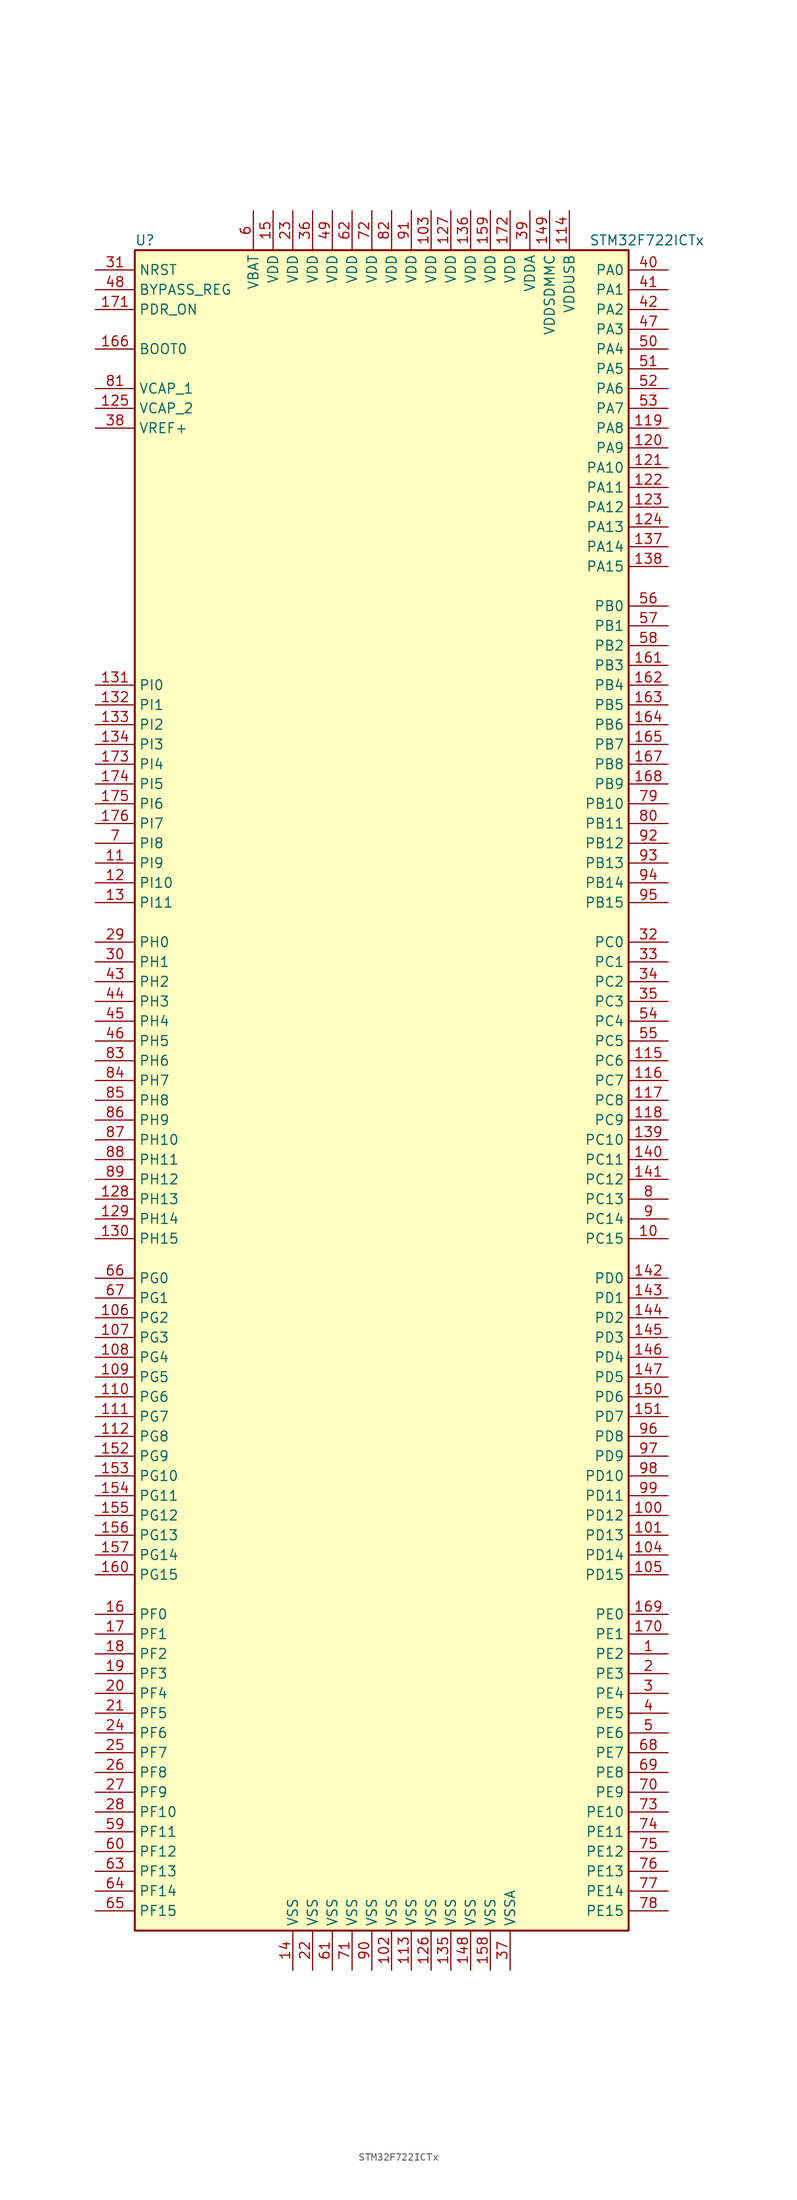
<source format=kicad_sym>
(kicad_symbol_lib
  (version 20211014)
  (generator kicad_symbol_editor)
  (symbol "STM32F722ICTx"
    (property "Reference" "U"
      (at -33.02 107.95 0)
      (effects (font (size 1.27 1.27)) (justify left)))
    (property "Value" "STM32F722ICTx"
      (at 25.4 107.95 0)
      (effects (font (size 1.27 1.27)) (justify left)))
    (symbol "STM32F722ICTx_0_1"
      (rectangle (start -33.02 -109.22) (end 30.48 106.68) (stroke (width 0.254) (type default) (color 0 0 0 0)) (fill (type background))))
    (symbol "STM32F722ICTx_1_1"
      (pin bidirectional line (at 35.56 -73.66 180) (length 5.08) (name "PE2" (effects (font (size 1.27 1.27)))) (number "1" (effects (font (size 1.27 1.27)))))
      (pin bidirectional line (at 35.56 -20.32 180) (length 5.08) (name "PC15" (effects (font (size 1.27 1.27)))) (number "10" (effects (font (size 1.27 1.27)))))
      (pin bidirectional line (at 35.56 -55.88 180) (length 5.08) (name "PD12" (effects (font (size 1.27 1.27)))) (number "100" (effects (font (size 1.27 1.27)))))
      (pin bidirectional line (at 35.56 -58.42 180) (length 5.08) (name "PD13" (effects (font (size 1.27 1.27)))) (number "101" (effects (font (size 1.27 1.27)))))
      (pin power_in line (at 0 -114.3 90) (length 5.08) (name "VSS" (effects (font (size 1.27 1.27)))) (number "102" (effects (font (size 1.27 1.27)))))
      (pin power_in line (at 5.08 111.76 270) (length 5.08) (name "VDD" (effects (font (size 1.27 1.27)))) (number "103" (effects (font (size 1.27 1.27)))))
      (pin bidirectional line (at 35.56 -60.96 180) (length 5.08) (name "PD14" (effects (font (size 1.27 1.27)))) (number "104" (effects (font (size 1.27 1.27)))))
      (pin bidirectional line (at 35.56 -63.5 180) (length 5.08) (name "PD15" (effects (font (size 1.27 1.27)))) (number "105" (effects (font (size 1.27 1.27)))))
      (pin bidirectional line (at -38.1 -30.48 0) (length 5.08) (name "PG2" (effects (font (size 1.27 1.27)))) (number "106" (effects (font (size 1.27 1.27)))))
      (pin bidirectional line (at -38.1 -33.02 0) (length 5.08) (name "PG3" (effects (font (size 1.27 1.27)))) (number "107" (effects (font (size 1.27 1.27)))))
      (pin bidirectional line (at -38.1 -35.56 0) (length 5.08) (name "PG4" (effects (font (size 1.27 1.27)))) (number "108" (effects (font (size 1.27 1.27)))))
      (pin bidirectional line (at -38.1 -38.1 0) (length 5.08) (name "PG5" (effects (font (size 1.27 1.27)))) (number "109" (effects (font (size 1.27 1.27)))))
      (pin bidirectional line (at -38.1 27.94 0) (length 5.08) (name "PI9" (effects (font (size 1.27 1.27)))) (number "11" (effects (font (size 1.27 1.27)))))
      (pin bidirectional line (at -38.1 -40.64 0) (length 5.08) (name "PG6" (effects (font (size 1.27 1.27)))) (number "110" (effects (font (size 1.27 1.27)))))
      (pin bidirectional line (at -38.1 -43.18 0) (length 5.08) (name "PG7" (effects (font (size 1.27 1.27)))) (number "111" (effects (font (size 1.27 1.27)))))
      (pin bidirectional line (at -38.1 -45.72 0) (length 5.08) (name "PG8" (effects (font (size 1.27 1.27)))) (number "112" (effects (font (size 1.27 1.27)))))
      (pin power_in line (at 2.54 -114.3 90) (length 5.08) (name "VSS" (effects (font (size 1.27 1.27)))) (number "113" (effects (font (size 1.27 1.27)))))
      (pin power_in line (at 22.86 111.76 270) (length 5.08) (name "VDDUSB" (effects (font (size 1.27 1.27)))) (number "114" (effects (font (size 1.27 1.27)))))
      (pin bidirectional line (at 35.56 2.54 180) (length 5.08) (name "PC6" (effects (font (size 1.27 1.27)))) (number "115" (effects (font (size 1.27 1.27)))))
      (pin bidirectional line (at 35.56 0 180) (length 5.08) (name "PC7" (effects (font (size 1.27 1.27)))) (number "116" (effects (font (size 1.27 1.27)))))
      (pin bidirectional line (at 35.56 -2.54 180) (length 5.08) (name "PC8" (effects (font (size 1.27 1.27)))) (number "117" (effects (font (size 1.27 1.27)))))
      (pin bidirectional line (at 35.56 -5.08 180) (length 5.08) (name "PC9" (effects (font (size 1.27 1.27)))) (number "118" (effects (font (size 1.27 1.27)))))
      (pin bidirectional line (at 35.56 83.82 180) (length 5.08) (name "PA8" (effects (font (size 1.27 1.27)))) (number "119" (effects (font (size 1.27 1.27)))))
      (pin bidirectional line (at -38.1 25.4 0) (length 5.08) (name "PI10" (effects (font (size 1.27 1.27)))) (number "12" (effects (font (size 1.27 1.27)))))
      (pin bidirectional line (at 35.56 81.28 180) (length 5.08) (name "PA9" (effects (font (size 1.27 1.27)))) (number "120" (effects (font (size 1.27 1.27)))))
      (pin bidirectional line (at 35.56 78.74 180) (length 5.08) (name "PA10" (effects (font (size 1.27 1.27)))) (number "121" (effects (font (size 1.27 1.27)))))
      (pin bidirectional line (at 35.56 76.2 180) (length 5.08) (name "PA11" (effects (font (size 1.27 1.27)))) (number "122" (effects (font (size 1.27 1.27)))))
      (pin bidirectional line (at 35.56 73.66 180) (length 5.08) (name "PA12" (effects (font (size 1.27 1.27)))) (number "123" (effects (font (size 1.27 1.27)))))
      (pin bidirectional line (at 35.56 71.12 180) (length 5.08) (name "PA13" (effects (font (size 1.27 1.27)))) (number "124" (effects (font (size 1.27 1.27)))))
      (pin power_in line (at -38.1 86.36 0) (length 5.08) (name "VCAP_2" (effects (font (size 1.27 1.27)))) (number "125" (effects (font (size 1.27 1.27)))))
      (pin power_in line (at 5.08 -114.3 90) (length 5.08) (name "VSS" (effects (font (size 1.27 1.27)))) (number "126" (effects (font (size 1.27 1.27)))))
      (pin power_in line (at 7.62 111.76 270) (length 5.08) (name "VDD" (effects (font (size 1.27 1.27)))) (number "127" (effects (font (size 1.27 1.27)))))
      (pin bidirectional line (at -38.1 -15.24 0) (length 5.08) (name "PH13" (effects (font (size 1.27 1.27)))) (number "128" (effects (font (size 1.27 1.27)))))
      (pin bidirectional line (at -38.1 -17.78 0) (length 5.08) (name "PH14" (effects (font (size 1.27 1.27)))) (number "129" (effects (font (size 1.27 1.27)))))
      (pin bidirectional line (at -38.1 22.86 0) (length 5.08) (name "PI11" (effects (font (size 1.27 1.27)))) (number "13" (effects (font (size 1.27 1.27)))))
      (pin bidirectional line (at -38.1 -20.32 0) (length 5.08) (name "PH15" (effects (font (size 1.27 1.27)))) (number "130" (effects (font (size 1.27 1.27)))))
      (pin bidirectional line (at -38.1 50.8 0) (length 5.08) (name "PI0" (effects (font (size 1.27 1.27)))) (number "131" (effects (font (size 1.27 1.27)))))
      (pin bidirectional line (at -38.1 48.26 0) (length 5.08) (name "PI1" (effects (font (size 1.27 1.27)))) (number "132" (effects (font (size 1.27 1.27)))))
      (pin bidirectional line (at -38.1 45.72 0) (length 5.08) (name "PI2" (effects (font (size 1.27 1.27)))) (number "133" (effects (font (size 1.27 1.27)))))
      (pin bidirectional line (at -38.1 43.18 0) (length 5.08) (name "PI3" (effects (font (size 1.27 1.27)))) (number "134" (effects (font (size 1.27 1.27)))))
      (pin power_in line (at 7.62 -114.3 90) (length 5.08) (name "VSS" (effects (font (size 1.27 1.27)))) (number "135" (effects (font (size 1.27 1.27)))))
      (pin power_in line (at 10.16 111.76 270) (length 5.08) (name "VDD" (effects (font (size 1.27 1.27)))) (number "136" (effects (font (size 1.27 1.27)))))
      (pin bidirectional line (at 35.56 68.58 180) (length 5.08) (name "PA14" (effects (font (size 1.27 1.27)))) (number "137" (effects (font (size 1.27 1.27)))))
      (pin bidirectional line (at 35.56 66.04 180) (length 5.08) (name "PA15" (effects (font (size 1.27 1.27)))) (number "138" (effects (font (size 1.27 1.27)))))
      (pin bidirectional line (at 35.56 -7.62 180) (length 5.08) (name "PC10" (effects (font (size 1.27 1.27)))) (number "139" (effects (font (size 1.27 1.27)))))
      (pin power_in line (at -12.7 -114.3 90) (length 5.08) (name "VSS" (effects (font (size 1.27 1.27)))) (number "14" (effects (font (size 1.27 1.27)))))
      (pin bidirectional line (at 35.56 -10.16 180) (length 5.08) (name "PC11" (effects (font (size 1.27 1.27)))) (number "140" (effects (font (size 1.27 1.27)))))
      (pin bidirectional line (at 35.56 -12.7 180) (length 5.08) (name "PC12" (effects (font (size 1.27 1.27)))) (number "141" (effects (font (size 1.27 1.27)))))
      (pin bidirectional line (at 35.56 -25.4 180) (length 5.08) (name "PD0" (effects (font (size 1.27 1.27)))) (number "142" (effects (font (size 1.27 1.27)))))
      (pin bidirectional line (at 35.56 -27.94 180) (length 5.08) (name "PD1" (effects (font (size 1.27 1.27)))) (number "143" (effects (font (size 1.27 1.27)))))
      (pin bidirectional line (at 35.56 -30.48 180) (length 5.08) (name "PD2" (effects (font (size 1.27 1.27)))) (number "144" (effects (font (size 1.27 1.27)))))
      (pin bidirectional line (at 35.56 -33.02 180) (length 5.08) (name "PD3" (effects (font (size 1.27 1.27)))) (number "145" (effects (font (size 1.27 1.27)))))
      (pin bidirectional line (at 35.56 -35.56 180) (length 5.08) (name "PD4" (effects (font (size 1.27 1.27)))) (number "146" (effects (font (size 1.27 1.27)))))
      (pin bidirectional line (at 35.56 -38.1 180) (length 5.08) (name "PD5" (effects (font (size 1.27 1.27)))) (number "147" (effects (font (size 1.27 1.27)))))
      (pin power_in line (at 10.16 -114.3 90) (length 5.08) (name "VSS" (effects (font (size 1.27 1.27)))) (number "148" (effects (font (size 1.27 1.27)))))
      (pin power_in line (at 20.32 111.76 270) (length 5.08) (name "VDDSDMMC" (effects (font (size 1.27 1.27)))) (number "149" (effects (font (size 1.27 1.27)))))
      (pin power_in line (at -15.24 111.76 270) (length 5.08) (name "VDD" (effects (font (size 1.27 1.27)))) (number "15" (effects (font (size 1.27 1.27)))))
      (pin bidirectional line (at 35.56 -40.64 180) (length 5.08) (name "PD6" (effects (font (size 1.27 1.27)))) (number "150" (effects (font (size 1.27 1.27)))))
      (pin bidirectional line (at 35.56 -43.18 180) (length 5.08) (name "PD7" (effects (font (size 1.27 1.27)))) (number "151" (effects (font (size 1.27 1.27)))))
      (pin bidirectional line (at -38.1 -48.26 0) (length 5.08) (name "PG9" (effects (font (size 1.27 1.27)))) (number "152" (effects (font (size 1.27 1.27)))))
      (pin bidirectional line (at -38.1 -50.8 0) (length 5.08) (name "PG10" (effects (font (size 1.27 1.27)))) (number "153" (effects (font (size 1.27 1.27)))))
      (pin bidirectional line (at -38.1 -53.34 0) (length 5.08) (name "PG11" (effects (font (size 1.27 1.27)))) (number "154" (effects (font (size 1.27 1.27)))))
      (pin bidirectional line (at -38.1 -55.88 0) (length 5.08) (name "PG12" (effects (font (size 1.27 1.27)))) (number "155" (effects (font (size 1.27 1.27)))))
      (pin bidirectional line (at -38.1 -58.42 0) (length 5.08) (name "PG13" (effects (font (size 1.27 1.27)))) (number "156" (effects (font (size 1.27 1.27)))))
      (pin bidirectional line (at -38.1 -60.96 0) (length 5.08) (name "PG14" (effects (font (size 1.27 1.27)))) (number "157" (effects (font (size 1.27 1.27)))))
      (pin power_in line (at 12.7 -114.3 90) (length 5.08) (name "VSS" (effects (font (size 1.27 1.27)))) (number "158" (effects (font (size 1.27 1.27)))))
      (pin power_in line (at 12.7 111.76 270) (length 5.08) (name "VDD" (effects (font (size 1.27 1.27)))) (number "159" (effects (font (size 1.27 1.27)))))
      (pin bidirectional line (at -38.1 -68.58 0) (length 5.08) (name "PF0" (effects (font (size 1.27 1.27)))) (number "16" (effects (font (size 1.27 1.27)))))
      (pin bidirectional line (at -38.1 -63.5 0) (length 5.08) (name "PG15" (effects (font (size 1.27 1.27)))) (number "160" (effects (font (size 1.27 1.27)))))
      (pin bidirectional line (at 35.56 53.34 180) (length 5.08) (name "PB3" (effects (font (size 1.27 1.27)))) (number "161" (effects (font (size 1.27 1.27)))))
      (pin bidirectional line (at 35.56 50.8 180) (length 5.08) (name "PB4" (effects (font (size 1.27 1.27)))) (number "162" (effects (font (size 1.27 1.27)))))
      (pin bidirectional line (at 35.56 48.26 180) (length 5.08) (name "PB5" (effects (font (size 1.27 1.27)))) (number "163" (effects (font (size 1.27 1.27)))))
      (pin bidirectional line (at 35.56 45.72 180) (length 5.08) (name "PB6" (effects (font (size 1.27 1.27)))) (number "164" (effects (font (size 1.27 1.27)))))
      (pin bidirectional line (at 35.56 43.18 180) (length 5.08) (name "PB7" (effects (font (size 1.27 1.27)))) (number "165" (effects (font (size 1.27 1.27)))))
      (pin input line (at -38.1 93.98 0) (length 5.08) (name "BOOT0" (effects (font (size 1.27 1.27)))) (number "166" (effects (font (size 1.27 1.27)))))
      (pin bidirectional line (at 35.56 40.64 180) (length 5.08) (name "PB8" (effects (font (size 1.27 1.27)))) (number "167" (effects (font (size 1.27 1.27)))))
      (pin bidirectional line (at 35.56 38.1 180) (length 5.08) (name "PB9" (effects (font (size 1.27 1.27)))) (number "168" (effects (font (size 1.27 1.27)))))
      (pin bidirectional line (at 35.56 -68.58 180) (length 5.08) (name "PE0" (effects (font (size 1.27 1.27)))) (number "169" (effects (font (size 1.27 1.27)))))
      (pin bidirectional line (at -38.1 -71.12 0) (length 5.08) (name "PF1" (effects (font (size 1.27 1.27)))) (number "17" (effects (font (size 1.27 1.27)))))
      (pin bidirectional line (at 35.56 -71.12 180) (length 5.08) (name "PE1" (effects (font (size 1.27 1.27)))) (number "170" (effects (font (size 1.27 1.27)))))
      (pin input line (at -38.1 99.06 0) (length 5.08) (name "PDR_ON" (effects (font (size 1.27 1.27)))) (number "171" (effects (font (size 1.27 1.27)))))
      (pin power_in line (at 15.24 111.76 270) (length 5.08) (name "VDD" (effects (font (size 1.27 1.27)))) (number "172" (effects (font (size 1.27 1.27)))))
      (pin bidirectional line (at -38.1 40.64 0) (length 5.08) (name "PI4" (effects (font (size 1.27 1.27)))) (number "173" (effects (font (size 1.27 1.27)))))
      (pin bidirectional line (at -38.1 38.1 0) (length 5.08) (name "PI5" (effects (font (size 1.27 1.27)))) (number "174" (effects (font (size 1.27 1.27)))))
      (pin bidirectional line (at -38.1 35.56 0) (length 5.08) (name "PI6" (effects (font (size 1.27 1.27)))) (number "175" (effects (font (size 1.27 1.27)))))
      (pin bidirectional line (at -38.1 33.02 0) (length 5.08) (name "PI7" (effects (font (size 1.27 1.27)))) (number "176" (effects (font (size 1.27 1.27)))))
      (pin bidirectional line (at -38.1 -73.66 0) (length 5.08) (name "PF2" (effects (font (size 1.27 1.27)))) (number "18" (effects (font (size 1.27 1.27)))))
      (pin bidirectional line (at -38.1 -76.2 0) (length 5.08) (name "PF3" (effects (font (size 1.27 1.27)))) (number "19" (effects (font (size 1.27 1.27)))))
      (pin bidirectional line (at 35.56 -76.2 180) (length 5.08) (name "PE3" (effects (font (size 1.27 1.27)))) (number "2" (effects (font (size 1.27 1.27)))))
      (pin bidirectional line (at -38.1 -78.74 0) (length 5.08) (name "PF4" (effects (font (size 1.27 1.27)))) (number "20" (effects (font (size 1.27 1.27)))))
      (pin bidirectional line (at -38.1 -81.28 0) (length 5.08) (name "PF5" (effects (font (size 1.27 1.27)))) (number "21" (effects (font (size 1.27 1.27)))))
      (pin power_in line (at -10.16 -114.3 90) (length 5.08) (name "VSS" (effects (font (size 1.27 1.27)))) (number "22" (effects (font (size 1.27 1.27)))))
      (pin power_in line (at -12.7 111.76 270) (length 5.08) (name "VDD" (effects (font (size 1.27 1.27)))) (number "23" (effects (font (size 1.27 1.27)))))
      (pin bidirectional line (at -38.1 -83.82 0) (length 5.08) (name "PF6" (effects (font (size 1.27 1.27)))) (number "24" (effects (font (size 1.27 1.27)))))
      (pin bidirectional line (at -38.1 -86.36 0) (length 5.08) (name "PF7" (effects (font (size 1.27 1.27)))) (number "25" (effects (font (size 1.27 1.27)))))
      (pin bidirectional line (at -38.1 -88.9 0) (length 5.08) (name "PF8" (effects (font (size 1.27 1.27)))) (number "26" (effects (font (size 1.27 1.27)))))
      (pin bidirectional line (at -38.1 -91.44 0) (length 5.08) (name "PF9" (effects (font (size 1.27 1.27)))) (number "27" (effects (font (size 1.27 1.27)))))
      (pin bidirectional line (at -38.1 -93.98 0) (length 5.08) (name "PF10" (effects (font (size 1.27 1.27)))) (number "28" (effects (font (size 1.27 1.27)))))
      (pin input line (at -38.1 17.78 0) (length 5.08) (name "PH0" (effects (font (size 1.27 1.27)))) (number "29" (effects (font (size 1.27 1.27)))))
      (pin bidirectional line (at 35.56 -78.74 180) (length 5.08) (name "PE4" (effects (font (size 1.27 1.27)))) (number "3" (effects (font (size 1.27 1.27)))))
      (pin input line (at -38.1 15.24 0) (length 5.08) (name "PH1" (effects (font (size 1.27 1.27)))) (number "30" (effects (font (size 1.27 1.27)))))
      (pin input line (at -38.1 104.14 0) (length 5.08) (name "NRST" (effects (font (size 1.27 1.27)))) (number "31" (effects (font (size 1.27 1.27)))))
      (pin bidirectional line (at 35.56 17.78 180) (length 5.08) (name "PC0" (effects (font (size 1.27 1.27)))) (number "32" (effects (font (size 1.27 1.27)))))
      (pin bidirectional line (at 35.56 15.24 180) (length 5.08) (name "PC1" (effects (font (size 1.27 1.27)))) (number "33" (effects (font (size 1.27 1.27)))))
      (pin bidirectional line (at 35.56 12.7 180) (length 5.08) (name "PC2" (effects (font (size 1.27 1.27)))) (number "34" (effects (font (size 1.27 1.27)))))
      (pin bidirectional line (at 35.56 10.16 180) (length 5.08) (name "PC3" (effects (font (size 1.27 1.27)))) (number "35" (effects (font (size 1.27 1.27)))))
      (pin power_in line (at -10.16 111.76 270) (length 5.08) (name "VDD" (effects (font (size 1.27 1.27)))) (number "36" (effects (font (size 1.27 1.27)))))
      (pin power_in line (at 15.24 -114.3 90) (length 5.08) (name "VSSA" (effects (font (size 1.27 1.27)))) (number "37" (effects (font (size 1.27 1.27)))))
      (pin power_in line (at -38.1 83.82 0) (length 5.08) (name "VREF+" (effects (font (size 1.27 1.27)))) (number "38" (effects (font (size 1.27 1.27)))))
      (pin power_in line (at 17.78 111.76 270) (length 5.08) (name "VDDA" (effects (font (size 1.27 1.27)))) (number "39" (effects (font (size 1.27 1.27)))))
      (pin bidirectional line (at 35.56 -81.28 180) (length 5.08) (name "PE5" (effects (font (size 1.27 1.27)))) (number "4" (effects (font (size 1.27 1.27)))))
      (pin bidirectional line (at 35.56 104.14 180) (length 5.08) (name "PA0" (effects (font (size 1.27 1.27)))) (number "40" (effects (font (size 1.27 1.27)))))
      (pin bidirectional line (at 35.56 101.6 180) (length 5.08) (name "PA1" (effects (font (size 1.27 1.27)))) (number "41" (effects (font (size 1.27 1.27)))))
      (pin bidirectional line (at 35.56 99.06 180) (length 5.08) (name "PA2" (effects (font (size 1.27 1.27)))) (number "42" (effects (font (size 1.27 1.27)))))
      (pin bidirectional line (at -38.1 12.7 0) (length 5.08) (name "PH2" (effects (font (size 1.27 1.27)))) (number "43" (effects (font (size 1.27 1.27)))))
      (pin bidirectional line (at -38.1 10.16 0) (length 5.08) (name "PH3" (effects (font (size 1.27 1.27)))) (number "44" (effects (font (size 1.27 1.27)))))
      (pin bidirectional line (at -38.1 7.62 0) (length 5.08) (name "PH4" (effects (font (size 1.27 1.27)))) (number "45" (effects (font (size 1.27 1.27)))))
      (pin bidirectional line (at -38.1 5.08 0) (length 5.08) (name "PH5" (effects (font (size 1.27 1.27)))) (number "46" (effects (font (size 1.27 1.27)))))
      (pin bidirectional line (at 35.56 96.52 180) (length 5.08) (name "PA3" (effects (font (size 1.27 1.27)))) (number "47" (effects (font (size 1.27 1.27)))))
      (pin input line (at -38.1 101.6 0) (length 5.08) (name "BYPASS_REG" (effects (font (size 1.27 1.27)))) (number "48" (effects (font (size 1.27 1.27)))))
      (pin power_in line (at -7.62 111.76 270) (length 5.08) (name "VDD" (effects (font (size 1.27 1.27)))) (number "49" (effects (font (size 1.27 1.27)))))
      (pin bidirectional line (at 35.56 -83.82 180) (length 5.08) (name "PE6" (effects (font (size 1.27 1.27)))) (number "5" (effects (font (size 1.27 1.27)))))
      (pin bidirectional line (at 35.56 93.98 180) (length 5.08) (name "PA4" (effects (font (size 1.27 1.27)))) (number "50" (effects (font (size 1.27 1.27)))))
      (pin bidirectional line (at 35.56 91.44 180) (length 5.08) (name "PA5" (effects (font (size 1.27 1.27)))) (number "51" (effects (font (size 1.27 1.27)))))
      (pin bidirectional line (at 35.56 88.9 180) (length 5.08) (name "PA6" (effects (font (size 1.27 1.27)))) (number "52" (effects (font (size 1.27 1.27)))))
      (pin bidirectional line (at 35.56 86.36 180) (length 5.08) (name "PA7" (effects (font (size 1.27 1.27)))) (number "53" (effects (font (size 1.27 1.27)))))
      (pin bidirectional line (at 35.56 7.62 180) (length 5.08) (name "PC4" (effects (font (size 1.27 1.27)))) (number "54" (effects (font (size 1.27 1.27)))))
      (pin bidirectional line (at 35.56 5.08 180) (length 5.08) (name "PC5" (effects (font (size 1.27 1.27)))) (number "55" (effects (font (size 1.27 1.27)))))
      (pin bidirectional line (at 35.56 60.96 180) (length 5.08) (name "PB0" (effects (font (size 1.27 1.27)))) (number "56" (effects (font (size 1.27 1.27)))))
      (pin bidirectional line (at 35.56 58.42 180) (length 5.08) (name "PB1" (effects (font (size 1.27 1.27)))) (number "57" (effects (font (size 1.27 1.27)))))
      (pin bidirectional line (at 35.56 55.88 180) (length 5.08) (name "PB2" (effects (font (size 1.27 1.27)))) (number "58" (effects (font (size 1.27 1.27)))))
      (pin bidirectional line (at -38.1 -96.52 0) (length 5.08) (name "PF11" (effects (font (size 1.27 1.27)))) (number "59" (effects (font (size 1.27 1.27)))))
      (pin power_in line (at -17.78 111.76 270) (length 5.08) (name "VBAT" (effects (font (size 1.27 1.27)))) (number "6" (effects (font (size 1.27 1.27)))))
      (pin bidirectional line (at -38.1 -99.06 0) (length 5.08) (name "PF12" (effects (font (size 1.27 1.27)))) (number "60" (effects (font (size 1.27 1.27)))))
      (pin power_in line (at -7.62 -114.3 90) (length 5.08) (name "VSS" (effects (font (size 1.27 1.27)))) (number "61" (effects (font (size 1.27 1.27)))))
      (pin power_in line (at -5.08 111.76 270) (length 5.08) (name "VDD" (effects (font (size 1.27 1.27)))) (number "62" (effects (font (size 1.27 1.27)))))
      (pin bidirectional line (at -38.1 -101.6 0) (length 5.08) (name "PF13" (effects (font (size 1.27 1.27)))) (number "63" (effects (font (size 1.27 1.27)))))
      (pin bidirectional line (at -38.1 -104.14 0) (length 5.08) (name "PF14" (effects (font (size 1.27 1.27)))) (number "64" (effects (font (size 1.27 1.27)))))
      (pin bidirectional line (at -38.1 -106.68 0) (length 5.08) (name "PF15" (effects (font (size 1.27 1.27)))) (number "65" (effects (font (size 1.27 1.27)))))
      (pin bidirectional line (at -38.1 -25.4 0) (length 5.08) (name "PG0" (effects (font (size 1.27 1.27)))) (number "66" (effects (font (size 1.27 1.27)))))
      (pin bidirectional line (at -38.1 -27.94 0) (length 5.08) (name "PG1" (effects (font (size 1.27 1.27)))) (number "67" (effects (font (size 1.27 1.27)))))
      (pin bidirectional line (at 35.56 -86.36 180) (length 5.08) (name "PE7" (effects (font (size 1.27 1.27)))) (number "68" (effects (font (size 1.27 1.27)))))
      (pin bidirectional line (at 35.56 -88.9 180) (length 5.08) (name "PE8" (effects (font (size 1.27 1.27)))) (number "69" (effects (font (size 1.27 1.27)))))
      (pin bidirectional line (at -38.1 30.48 0) (length 5.08) (name "PI8" (effects (font (size 1.27 1.27)))) (number "7" (effects (font (size 1.27 1.27)))))
      (pin bidirectional line (at 35.56 -91.44 180) (length 5.08) (name "PE9" (effects (font (size 1.27 1.27)))) (number "70" (effects (font (size 1.27 1.27)))))
      (pin power_in line (at -5.08 -114.3 90) (length 5.08) (name "VSS" (effects (font (size 1.27 1.27)))) (number "71" (effects (font (size 1.27 1.27)))))
      (pin power_in line (at -2.54 111.76 270) (length 5.08) (name "VDD" (effects (font (size 1.27 1.27)))) (number "72" (effects (font (size 1.27 1.27)))))
      (pin bidirectional line (at 35.56 -93.98 180) (length 5.08) (name "PE10" (effects (font (size 1.27 1.27)))) (number "73" (effects (font (size 1.27 1.27)))))
      (pin bidirectional line (at 35.56 -96.52 180) (length 5.08) (name "PE11" (effects (font (size 1.27 1.27)))) (number "74" (effects (font (size 1.27 1.27)))))
      (pin bidirectional line (at 35.56 -99.06 180) (length 5.08) (name "PE12" (effects (font (size 1.27 1.27)))) (number "75" (effects (font (size 1.27 1.27)))))
      (pin bidirectional line (at 35.56 -101.6 180) (length 5.08) (name "PE13" (effects (font (size 1.27 1.27)))) (number "76" (effects (font (size 1.27 1.27)))))
      (pin bidirectional line (at 35.56 -104.14 180) (length 5.08) (name "PE14" (effects (font (size 1.27 1.27)))) (number "77" (effects (font (size 1.27 1.27)))))
      (pin bidirectional line (at 35.56 -106.68 180) (length 5.08) (name "PE15" (effects (font (size 1.27 1.27)))) (number "78" (effects (font (size 1.27 1.27)))))
      (pin bidirectional line (at 35.56 35.56 180) (length 5.08) (name "PB10" (effects (font (size 1.27 1.27)))) (number "79" (effects (font (size 1.27 1.27)))))
      (pin bidirectional line (at 35.56 -15.24 180) (length 5.08) (name "PC13" (effects (font (size 1.27 1.27)))) (number "8" (effects (font (size 1.27 1.27)))))
      (pin bidirectional line (at 35.56 33.02 180) (length 5.08) (name "PB11" (effects (font (size 1.27 1.27)))) (number "80" (effects (font (size 1.27 1.27)))))
      (pin power_in line (at -38.1 88.9 0) (length 5.08) (name "VCAP_1" (effects (font (size 1.27 1.27)))) (number "81" (effects (font (size 1.27 1.27)))))
      (pin power_in line (at 0 111.76 270) (length 5.08) (name "VDD" (effects (font (size 1.27 1.27)))) (number "82" (effects (font (size 1.27 1.27)))))
      (pin bidirectional line (at -38.1 2.54 0) (length 5.08) (name "PH6" (effects (font (size 1.27 1.27)))) (number "83" (effects (font (size 1.27 1.27)))))
      (pin bidirectional line (at -38.1 0 0) (length 5.08) (name "PH7" (effects (font (size 1.27 1.27)))) (number "84" (effects (font (size 1.27 1.27)))))
      (pin bidirectional line (at -38.1 -2.54 0) (length 5.08) (name "PH8" (effects (font (size 1.27 1.27)))) (number "85" (effects (font (size 1.27 1.27)))))
      (pin bidirectional line (at -38.1 -5.08 0) (length 5.08) (name "PH9" (effects (font (size 1.27 1.27)))) (number "86" (effects (font (size 1.27 1.27)))))
      (pin bidirectional line (at -38.1 -7.62 0) (length 5.08) (name "PH10" (effects (font (size 1.27 1.27)))) (number "87" (effects (font (size 1.27 1.27)))))
      (pin bidirectional line (at -38.1 -10.16 0) (length 5.08) (name "PH11" (effects (font (size 1.27 1.27)))) (number "88" (effects (font (size 1.27 1.27)))))
      (pin bidirectional line (at -38.1 -12.7 0) (length 5.08) (name "PH12" (effects (font (size 1.27 1.27)))) (number "89" (effects (font (size 1.27 1.27)))))
      (pin bidirectional line (at 35.56 -17.78 180) (length 5.08) (name "PC14" (effects (font (size 1.27 1.27)))) (number "9" (effects (font (size 1.27 1.27)))))
      (pin power_in line (at -2.54 -114.3 90) (length 5.08) (name "VSS" (effects (font (size 1.27 1.27)))) (number "90" (effects (font (size 1.27 1.27)))))
      (pin power_in line (at 2.54 111.76 270) (length 5.08) (name "VDD" (effects (font (size 1.27 1.27)))) (number "91" (effects (font (size 1.27 1.27)))))
      (pin bidirectional line (at 35.56 30.48 180) (length 5.08) (name "PB12" (effects (font (size 1.27 1.27)))) (number "92" (effects (font (size 1.27 1.27)))))
      (pin bidirectional line (at 35.56 27.94 180) (length 5.08) (name "PB13" (effects (font (size 1.27 1.27)))) (number "93" (effects (font (size 1.27 1.27)))))
      (pin bidirectional line (at 35.56 25.4 180) (length 5.08) (name "PB14" (effects (font (size 1.27 1.27)))) (number "94" (effects (font (size 1.27 1.27)))))
      (pin bidirectional line (at 35.56 22.86 180) (length 5.08) (name "PB15" (effects (font (size 1.27 1.27)))) (number "95" (effects (font (size 1.27 1.27)))))
      (pin bidirectional line (at 35.56 -45.72 180) (length 5.08) (name "PD8" (effects (font (size 1.27 1.27)))) (number "96" (effects (font (size 1.27 1.27)))))
      (pin bidirectional line (at 35.56 -48.26 180) (length 5.08) (name "PD9" (effects (font (size 1.27 1.27)))) (number "97" (effects (font (size 1.27 1.27)))))
      (pin bidirectional line (at 35.56 -50.8 180) (length 5.08) (name "PD10" (effects (font (size 1.27 1.27)))) (number "98" (effects (font (size 1.27 1.27)))))
      (pin bidirectional line (at 35.56 -53.34 180) (length 5.08) (name "PD11" (effects (font (size 1.27 1.27)))) (number "99" (effects (font (size 1.27 1.27))))))))
</source>
